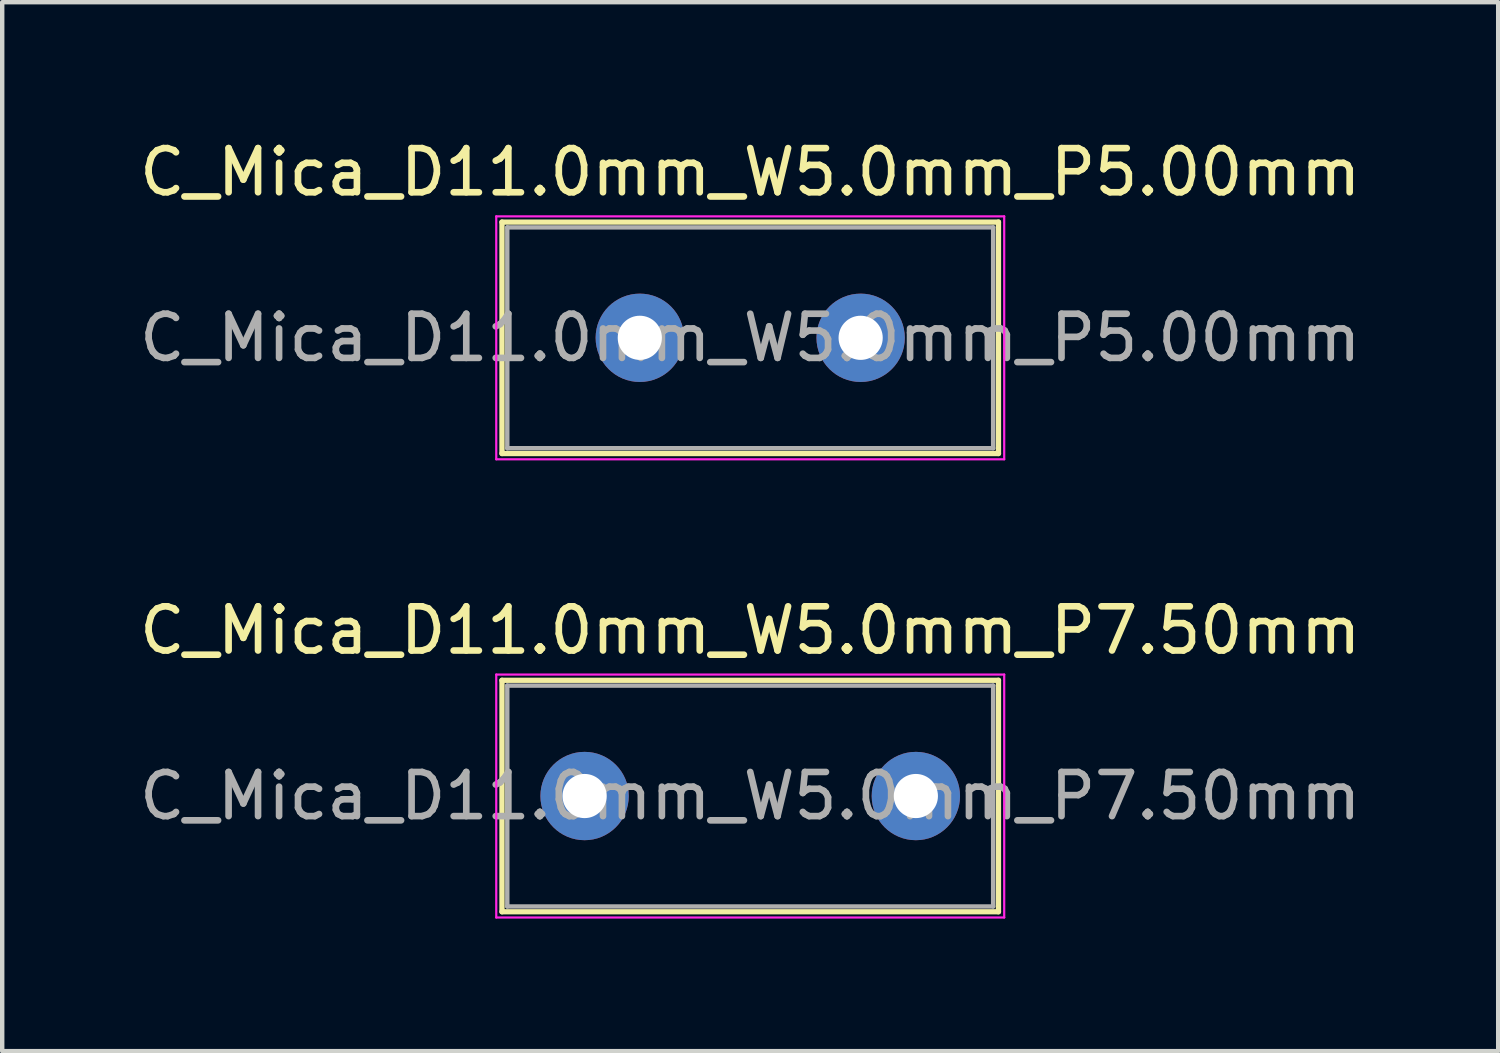
<source format=kicad_pcb>
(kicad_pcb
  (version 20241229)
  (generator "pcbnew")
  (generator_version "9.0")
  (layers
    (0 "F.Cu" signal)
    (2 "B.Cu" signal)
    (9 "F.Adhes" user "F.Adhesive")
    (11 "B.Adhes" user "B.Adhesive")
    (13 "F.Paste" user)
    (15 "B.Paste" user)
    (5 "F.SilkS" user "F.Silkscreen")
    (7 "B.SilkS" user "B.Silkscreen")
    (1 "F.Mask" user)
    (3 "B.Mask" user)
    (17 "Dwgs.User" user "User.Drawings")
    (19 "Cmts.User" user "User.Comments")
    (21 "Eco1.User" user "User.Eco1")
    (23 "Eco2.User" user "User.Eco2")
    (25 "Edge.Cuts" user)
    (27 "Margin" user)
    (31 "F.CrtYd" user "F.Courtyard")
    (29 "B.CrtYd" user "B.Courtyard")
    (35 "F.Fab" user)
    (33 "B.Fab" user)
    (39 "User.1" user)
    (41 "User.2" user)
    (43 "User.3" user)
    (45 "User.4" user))
  (footprint "C_Mica_D11.0mm_W5.0mm_P5.00mm"
    (layer "F.Cu")
    (at 11.435 4.598)
    (property "Reference" "C_Mica_D11.0mm_W5.0mm_P5.00mm" (at 2.5 -3.75 0) (layer "F.SilkS") (effects (font (size 1 1) (thickness 0.15))))
    (attr through_hole)
    (fp_line (start -3.12 -2.62) (end -3.12 2.62) (stroke (width 0.12) (type solid)) (layer "F.SilkS"))
    (fp_line (start -3.12 -2.62) (end 8.12 -2.62) (stroke (width 0.12) (type solid)) (layer "F.SilkS"))
    (fp_line (start -3.12 2.62) (end 8.12 2.62) (stroke (width 0.12) (type solid)) (layer "F.SilkS"))
    (fp_line (start 8.12 -2.62) (end 8.12 2.62) (stroke (width 0.12) (type solid)) (layer "F.SilkS"))
    (fp_line (start -3.25 -2.75) (end -3.25 2.75) (stroke (width 0.05) (type solid)) (layer "F.CrtYd"))
    (fp_line (start -3.25 2.75) (end 8.25 2.75) (stroke (width 0.05) (type solid)) (layer "F.CrtYd"))
    (fp_line (start 8.25 -2.75) (end -3.25 -2.75) (stroke (width 0.05) (type solid)) (layer "F.CrtYd"))
    (fp_line (start 8.25 2.75) (end 8.25 -2.75) (stroke (width 0.05) (type solid)) (layer "F.CrtYd"))
    (fp_line (start -3 -2.5) (end -3 2.5) (stroke (width 0.1) (type solid)) (layer "F.Fab"))
    (fp_line (start -3 2.5) (end 8 2.5) (stroke (width 0.1) (type solid)) (layer "F.Fab"))
    (fp_line (start 8 -2.5) (end -3 -2.5) (stroke (width 0.1) (type solid)) (layer "F.Fab"))
    (fp_line (start 8 2.5) (end 8 -2.5) (stroke (width 0.1) (type solid)) (layer "F.Fab"))
    (fp_text user "${REFERENCE}" (at 2.5 0 0) (layer "F.Fab") (effects (font (size 1 1) (thickness 0.15))))
    (pad "1" thru_hole circle (at 0 0) (size 2 2) (drill 1) (layers "*.Cu" "*.Mask"))
    (pad "2" thru_hole circle (at 5 0) (size 2 2) (drill 1) (layers "*.Cu" "*.Mask")))
  (footprint "C_Mica_D11.0mm_W5.0mm_P7.50mm"
    (layer "F.Cu")
    (at 10.185 14.972)
    (property "Reference" "C_Mica_D11.0mm_W5.0mm_P7.50mm" (at 3.75 -3.75 0) (layer "F.SilkS") (effects (font (size 1 1) (thickness 0.15))))
    (attr through_hole)
    (fp_line (start -1.87 -2.62) (end -1.87 2.62) (stroke (width 0.12) (type solid)) (layer "F.SilkS"))
    (fp_line (start -1.87 -2.62) (end 9.37 -2.62) (stroke (width 0.12) (type solid)) (layer "F.SilkS"))
    (fp_line (start -1.87 2.62) (end 9.37 2.62) (stroke (width 0.12) (type solid)) (layer "F.SilkS"))
    (fp_line (start 9.37 -2.62) (end 9.37 2.62) (stroke (width 0.12) (type solid)) (layer "F.SilkS"))
    (fp_line (start -2 -2.75) (end -2 2.75) (stroke (width 0.05) (type solid)) (layer "F.CrtYd"))
    (fp_line (start -2 2.75) (end 9.5 2.75) (stroke (width 0.05) (type solid)) (layer "F.CrtYd"))
    (fp_line (start 9.5 -2.75) (end -2 -2.75) (stroke (width 0.05) (type solid)) (layer "F.CrtYd"))
    (fp_line (start 9.5 2.75) (end 9.5 -2.75) (stroke (width 0.05) (type solid)) (layer "F.CrtYd"))
    (fp_line (start -1.75 -2.5) (end -1.75 2.5) (stroke (width 0.1) (type solid)) (layer "F.Fab"))
    (fp_line (start -1.75 2.5) (end 9.25 2.5) (stroke (width 0.1) (type solid)) (layer "F.Fab"))
    (fp_line (start 9.25 -2.5) (end -1.75 -2.5) (stroke (width 0.1) (type solid)) (layer "F.Fab"))
    (fp_line (start 9.25 2.5) (end 9.25 -2.5) (stroke (width 0.1) (type solid)) (layer "F.Fab"))
    (fp_text user "${REFERENCE}" (at 3.75 0 0) (layer "F.Fab") (effects (font (size 1 1) (thickness 0.15))))
    (pad "1" thru_hole circle (at 0 0) (size 2 2) (drill 1) (layers "*.Cu" "*.Mask"))
    (pad "2" thru_hole circle (at 7.5 0) (size 2 2) (drill 1) (layers "*.Cu" "*.Mask")))
  (gr_rect
    (start -3 -3)
    (end 30.869 20.747)
    (stroke (width 0.1) (type default))
    (fill no)
    (layer "Edge.Cuts")))
</source>
